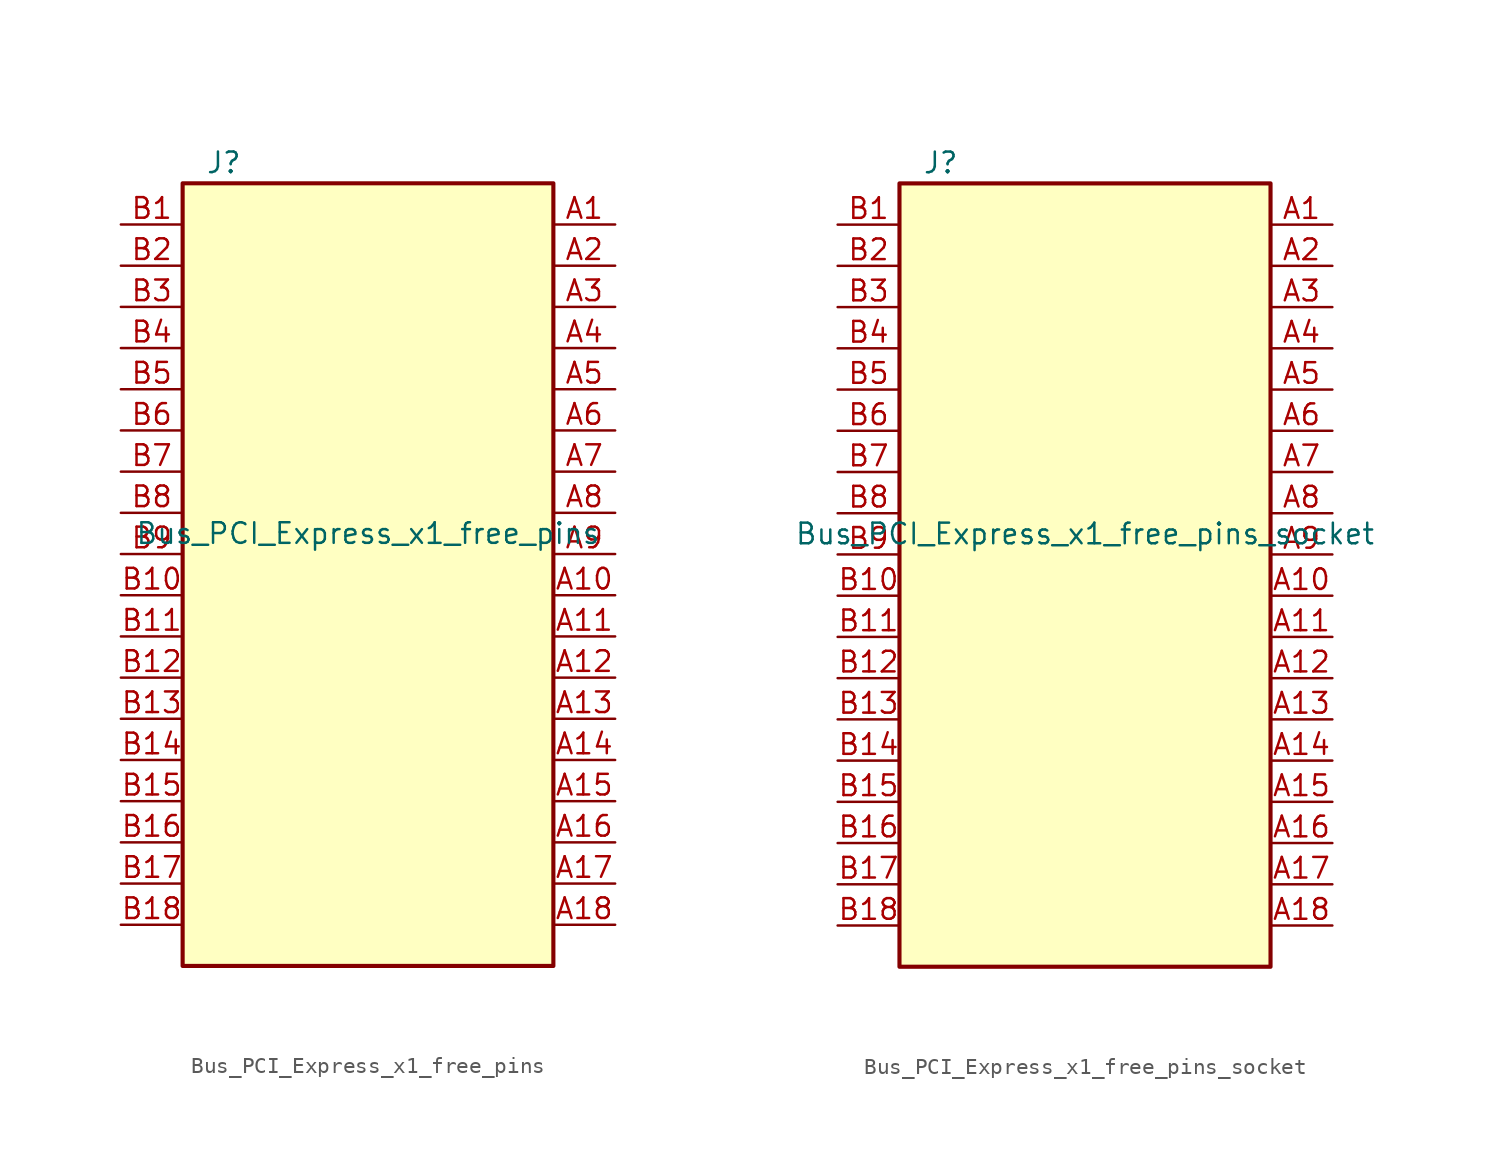
<source format=kicad_sym>
(kicad_symbol_lib
  (version 20220914)
  (generator kicad_symbol_editor)
  (symbol "Bus_PCI_Express_x1_free_pins"
    (property "Reference" "J"
      (at -8.89 22.86 0)
      (effects (font (size 1.27 1.27))))
    (property "Value" "Bus_PCI_Express_x1_free_pins"
      (at 0 0 0)
      (effects (font (size 1.27 1.27))))
    (symbol "Bus_PCI_Express_x1_free_pins_0_1"
      (rectangle (start -11.43 21.59) (end 11.43 -26.67) (stroke (width 0.254) (type default)) (fill (type background))))
    (symbol "Bus_PCI_Express_x1_free_pins_1_1"
      (pin passive line (at 15.24 19.05 180) (length 3.81) (name "" (effects (font (size 1.27 1.27)))) (number "A1" (effects (font (size 1.27 1.27)))))
      (pin passive line (at 15.24 -3.81 180) (length 3.81) (name "" (effects (font (size 1.27 1.27)))) (number "A10" (effects (font (size 1.27 1.27)))))
      (pin passive line (at 15.24 -6.35 180) (length 3.81) (name "" (effects (font (size 1.27 1.27)))) (number "A11" (effects (font (size 1.27 1.27)))))
      (pin passive line (at 15.24 -8.89 180) (length 3.81) (name "" (effects (font (size 1.27 1.27)))) (number "A12" (effects (font (size 1.27 1.27)))))
      (pin passive line (at 15.24 -11.43 180) (length 3.81) (name "" (effects (font (size 1.27 1.27)))) (number "A13" (effects (font (size 1.27 1.27)))))
      (pin passive line (at 15.24 -13.97 180) (length 3.81) (name "" (effects (font (size 1.27 1.27)))) (number "A14" (effects (font (size 1.27 1.27)))))
      (pin passive line (at 15.24 -16.51 180) (length 3.81) (name "" (effects (font (size 1.27 1.27)))) (number "A15" (effects (font (size 1.27 1.27)))))
      (pin passive line (at 15.24 -19.05 180) (length 3.81) (name "" (effects (font (size 1.27 1.27)))) (number "A16" (effects (font (size 1.27 1.27)))))
      (pin passive line (at 15.24 -21.59 180) (length 3.81) (name "" (effects (font (size 1.27 1.27)))) (number "A17" (effects (font (size 1.27 1.27)))))
      (pin passive line (at 15.24 -24.13 180) (length 3.81) (name "" (effects (font (size 1.27 1.27)))) (number "A18" (effects (font (size 1.27 1.27)))))
      (pin passive line (at 15.24 16.51 180) (length 3.81) (name "" (effects (font (size 1.27 1.27)))) (number "A2" (effects (font (size 1.27 1.27)))))
      (pin passive line (at 15.24 13.97 180) (length 3.81) (name "" (effects (font (size 1.27 1.27)))) (number "A3" (effects (font (size 1.27 1.27)))))
      (pin passive line (at 15.24 11.43 180) (length 3.81) (name "" (effects (font (size 1.27 1.27)))) (number "A4" (effects (font (size 1.27 1.27)))))
      (pin passive line (at 15.24 8.89 180) (length 3.81) (name "" (effects (font (size 1.27 1.27)))) (number "A5" (effects (font (size 1.27 1.27)))))
      (pin passive line (at 15.24 6.35 180) (length 3.81) (name "" (effects (font (size 1.27 1.27)))) (number "A6" (effects (font (size 1.27 1.27)))))
      (pin output line (at 15.24 3.81 180) (length 3.81) (name "" (effects (font (size 1.27 1.27)))) (number "A7" (effects (font (size 1.27 1.27)))))
      (pin passive line (at 15.24 1.27 180) (length 3.81) (name "" (effects (font (size 1.27 1.27)))) (number "A8" (effects (font (size 1.27 1.27)))))
      (pin passive line (at 15.24 -1.27 180) (length 3.81) (name "" (effects (font (size 1.27 1.27)))) (number "A9" (effects (font (size 1.27 1.27)))))
      (pin passive line (at -15.24 19.05 0) (length 3.81) (name "" (effects (font (size 1.27 1.27)))) (number "B1" (effects (font (size 1.27 1.27)))))
      (pin passive line (at -15.24 -3.81 0) (length 3.81) (name "" (effects (font (size 1.27 1.27)))) (number "B10" (effects (font (size 1.27 1.27)))))
      (pin passive line (at -15.24 -6.35 0) (length 3.81) (name "" (effects (font (size 1.27 1.27)))) (number "B11" (effects (font (size 1.27 1.27)))))
      (pin passive line (at -15.24 -8.89 0) (length 3.81) (name "" (effects (font (size 1.27 1.27)))) (number "B12" (effects (font (size 1.27 1.27)))))
      (pin passive line (at -15.24 -11.43 0) (length 3.81) (name "" (effects (font (size 1.27 1.27)))) (number "B13" (effects (font (size 1.27 1.27)))))
      (pin passive line (at -15.24 -13.97 0) (length 3.81) (name "" (effects (font (size 1.27 1.27)))) (number "B14" (effects (font (size 1.27 1.27)))))
      (pin passive line (at -15.24 -16.51 0) (length 3.81) (name "" (effects (font (size 1.27 1.27)))) (number "B15" (effects (font (size 1.27 1.27)))))
      (pin passive line (at -15.24 -19.05 0) (length 3.81) (name "" (effects (font (size 1.27 1.27)))) (number "B16" (effects (font (size 1.27 1.27)))))
      (pin passive line (at -15.24 -21.59 0) (length 3.81) (name "" (effects (font (size 1.27 1.27)))) (number "B17" (effects (font (size 1.27 1.27)))))
      (pin passive line (at -15.24 -24.13 0) (length 3.81) (name "" (effects (font (size 1.27 1.27)))) (number "B18" (effects (font (size 1.27 1.27)))))
      (pin passive line (at -15.24 16.51 0) (length 3.81) (name "" (effects (font (size 1.27 1.27)))) (number "B2" (effects (font (size 1.27 1.27)))))
      (pin passive line (at -15.24 13.97 0) (length 3.81) (name "" (effects (font (size 1.27 1.27)))) (number "B3" (effects (font (size 1.27 1.27)))))
      (pin passive line (at -15.24 11.43 0) (length 3.81) (name "" (effects (font (size 1.27 1.27)))) (number "B4" (effects (font (size 1.27 1.27)))))
      (pin passive line (at -15.24 8.89 0) (length 3.81) (name "" (effects (font (size 1.27 1.27)))) (number "B5" (effects (font (size 1.27 1.27)))))
      (pin passive line (at -15.24 6.35 0) (length 3.81) (name "" (effects (font (size 1.27 1.27)))) (number "B6" (effects (font (size 1.27 1.27)))))
      (pin passive line (at -15.24 3.81 0) (length 3.81) (name "" (effects (font (size 1.27 1.27)))) (number "B7" (effects (font (size 1.27 1.27)))))
      (pin passive line (at -15.24 1.27 0) (length 3.81) (name "" (effects (font (size 1.27 1.27)))) (number "B8" (effects (font (size 1.27 1.27)))))
      (pin passive line (at -15.24 -1.27 0) (length 3.81) (name "" (effects (font (size 1.27 1.27)))) (number "B9" (effects (font (size 1.27 1.27)))))))
  (symbol "Bus_PCI_Express_x1_free_pins_socket"
    (property "Reference" "J"
      (at -8.89 22.86 0)
      (effects (font (size 1.27 1.27))))
    (property "Value" "Bus_PCI_Express_x1_free_pins_socket"
      (at 0 0 0)
      (effects (font (size 1.27 1.27))))
    (symbol "Bus_PCI_Express_x1_free_pins_socket_0_1"
      (rectangle (start -11.43 21.59) (end 11.43 -26.67) (stroke (width 0.254) (type default)) (fill (type background))))
    (symbol "Bus_PCI_Express_x1_free_pins_socket_1_1"
      (pin passive line (at 15.24 19.05 180) (length 3.81) (name "" (effects (font (size 1.27 1.27)))) (number "A1" (effects (font (size 1.27 1.27)))))
      (pin passive line (at 15.24 -3.81 180) (length 3.81) (name "" (effects (font (size 1.27 1.27)))) (number "A10" (effects (font (size 1.27 1.27)))))
      (pin passive line (at 15.24 -6.35 180) (length 3.81) (name "" (effects (font (size 1.27 1.27)))) (number "A11" (effects (font (size 1.27 1.27)))))
      (pin passive line (at 15.24 -8.89 180) (length 3.81) (name "" (effects (font (size 1.27 1.27)))) (number "A12" (effects (font (size 1.27 1.27)))))
      (pin passive line (at 15.24 -11.43 180) (length 3.81) (name "" (effects (font (size 1.27 1.27)))) (number "A13" (effects (font (size 1.27 1.27)))))
      (pin passive line (at 15.24 -13.97 180) (length 3.81) (name "" (effects (font (size 1.27 1.27)))) (number "A14" (effects (font (size 1.27 1.27)))))
      (pin passive line (at 15.24 -16.51 180) (length 3.81) (name "" (effects (font (size 1.27 1.27)))) (number "A15" (effects (font (size 1.27 1.27)))))
      (pin passive line (at 15.24 -19.05 180) (length 3.81) (name "" (effects (font (size 1.27 1.27)))) (number "A16" (effects (font (size 1.27 1.27)))))
      (pin passive line (at 15.24 -21.59 180) (length 3.81) (name "" (effects (font (size 1.27 1.27)))) (number "A17" (effects (font (size 1.27 1.27)))))
      (pin passive line (at 15.24 -24.13 180) (length 3.81) (name "" (effects (font (size 1.27 1.27)))) (number "A18" (effects (font (size 1.27 1.27)))))
      (pin passive line (at 15.24 16.51 180) (length 3.81) (name "" (effects (font (size 1.27 1.27)))) (number "A2" (effects (font (size 1.27 1.27)))))
      (pin passive line (at 15.24 13.97 180) (length 3.81) (name "" (effects (font (size 1.27 1.27)))) (number "A3" (effects (font (size 1.27 1.27)))))
      (pin passive line (at 15.24 11.43 180) (length 3.81) (name "" (effects (font (size 1.27 1.27)))) (number "A4" (effects (font (size 1.27 1.27)))))
      (pin passive line (at 15.24 8.89 180) (length 3.81) (name "" (effects (font (size 1.27 1.27)))) (number "A5" (effects (font (size 1.27 1.27)))))
      (pin passive line (at 15.24 6.35 180) (length 3.81) (name "" (effects (font (size 1.27 1.27)))) (number "A6" (effects (font (size 1.27 1.27)))))
      (pin output line (at 15.24 3.81 180) (length 3.81) (name "" (effects (font (size 1.27 1.27)))) (number "A7" (effects (font (size 1.27 1.27)))))
      (pin passive line (at 15.24 1.27 180) (length 3.81) (name "" (effects (font (size 1.27 1.27)))) (number "A8" (effects (font (size 1.27 1.27)))))
      (pin passive line (at 15.24 -1.27 180) (length 3.81) (name "" (effects (font (size 1.27 1.27)))) (number "A9" (effects (font (size 1.27 1.27)))))
      (pin passive line (at -15.24 19.05 0) (length 3.81) (name "" (effects (font (size 1.27 1.27)))) (number "B1" (effects (font (size 1.27 1.27)))))
      (pin passive line (at -15.24 -3.81 0) (length 3.81) (name "" (effects (font (size 1.27 1.27)))) (number "B10" (effects (font (size 1.27 1.27)))))
      (pin passive line (at -15.24 -6.35 0) (length 3.81) (name "" (effects (font (size 1.27 1.27)))) (number "B11" (effects (font (size 1.27 1.27)))))
      (pin passive line (at -15.24 -8.89 0) (length 3.81) (name "" (effects (font (size 1.27 1.27)))) (number "B12" (effects (font (size 1.27 1.27)))))
      (pin passive line (at -15.24 -11.43 0) (length 3.81) (name "" (effects (font (size 1.27 1.27)))) (number "B13" (effects (font (size 1.27 1.27)))))
      (pin passive line (at -15.24 -13.97 0) (length 3.81) (name "" (effects (font (size 1.27 1.27)))) (number "B14" (effects (font (size 1.27 1.27)))))
      (pin passive line (at -15.24 -16.51 0) (length 3.81) (name "" (effects (font (size 1.27 1.27)))) (number "B15" (effects (font (size 1.27 1.27)))))
      (pin passive line (at -15.24 -19.05 0) (length 3.81) (name "" (effects (font (size 1.27 1.27)))) (number "B16" (effects (font (size 1.27 1.27)))))
      (pin passive line (at -15.24 -21.59 0) (length 3.81) (name "" (effects (font (size 1.27 1.27)))) (number "B17" (effects (font (size 1.27 1.27)))))
      (pin passive line (at -15.24 -24.13 0) (length 3.81) (name "" (effects (font (size 1.27 1.27)))) (number "B18" (effects (font (size 1.27 1.27)))))
      (pin passive line (at -15.24 16.51 0) (length 3.81) (name "" (effects (font (size 1.27 1.27)))) (number "B2" (effects (font (size 1.27 1.27)))))
      (pin passive line (at -15.24 13.97 0) (length 3.81) (name "" (effects (font (size 1.27 1.27)))) (number "B3" (effects (font (size 1.27 1.27)))))
      (pin passive line (at -15.24 11.43 0) (length 3.81) (name "" (effects (font (size 1.27 1.27)))) (number "B4" (effects (font (size 1.27 1.27)))))
      (pin passive line (at -15.24 8.89 0) (length 3.81) (name "" (effects (font (size 1.27 1.27)))) (number "B5" (effects (font (size 1.27 1.27)))))
      (pin passive line (at -15.24 6.35 0) (length 3.81) (name "" (effects (font (size 1.27 1.27)))) (number "B6" (effects (font (size 1.27 1.27)))))
      (pin passive line (at -15.24 3.81 0) (length 3.81) (name "" (effects (font (size 1.27 1.27)))) (number "B7" (effects (font (size 1.27 1.27)))))
      (pin passive line (at -15.24 1.27 0) (length 3.81) (name "" (effects (font (size 1.27 1.27)))) (number "B8" (effects (font (size 1.27 1.27)))))
      (pin passive line (at -15.24 -1.27 0) (length 3.81) (name "" (effects (font (size 1.27 1.27)))) (number "B9" (effects (font (size 1.27 1.27))))))))
</source>
